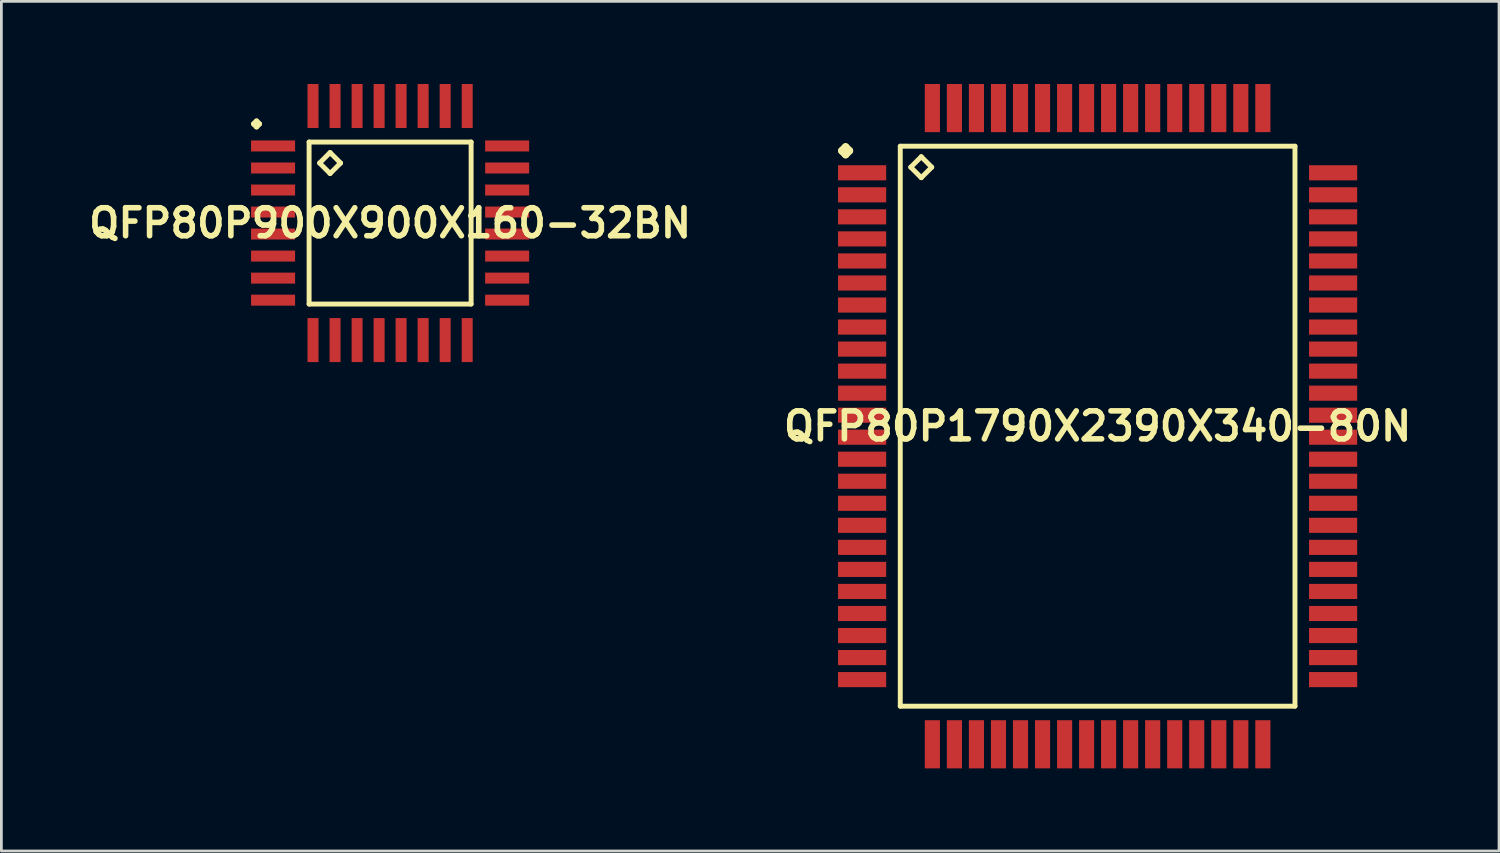
<source format=kicad_pcb>
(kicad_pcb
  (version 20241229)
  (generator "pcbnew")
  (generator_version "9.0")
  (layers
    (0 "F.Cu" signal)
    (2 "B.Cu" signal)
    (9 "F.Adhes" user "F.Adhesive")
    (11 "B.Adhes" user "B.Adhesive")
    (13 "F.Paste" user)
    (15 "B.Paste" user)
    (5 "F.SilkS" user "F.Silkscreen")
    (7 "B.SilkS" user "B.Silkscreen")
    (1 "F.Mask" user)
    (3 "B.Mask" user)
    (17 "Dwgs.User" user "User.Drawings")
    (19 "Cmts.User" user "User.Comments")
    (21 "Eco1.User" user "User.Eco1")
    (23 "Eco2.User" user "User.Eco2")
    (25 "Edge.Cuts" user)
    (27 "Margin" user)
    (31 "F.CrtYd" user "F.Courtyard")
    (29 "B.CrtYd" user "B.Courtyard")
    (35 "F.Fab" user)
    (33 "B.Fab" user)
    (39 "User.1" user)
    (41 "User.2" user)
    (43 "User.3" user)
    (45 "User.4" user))
  (footprint "QFP80P1790X2390X340-80N"
    (layer "F.Cu")
    (at 36.799 12.423)
    (property "Reference" "QFP80P1790X2390X340-80N" (at 0 0 0) (layer "F.SilkS") (effects (font (size 1.016 1.016) (thickness 0.203))))
    (attr smd)
    (fp_line (start -9.286 -10) (end -9.149 -10.137) (stroke (width 0.274) (type solid)) (layer "F.SilkS"))
    (fp_line (start -9.149 -10.137) (end -9.012 -10) (stroke (width 0.274) (type solid)) (layer "F.SilkS"))
    (fp_line (start -9.149 -9.86) (end -9.286 -10) (stroke (width 0.274) (type solid)) (layer "F.SilkS"))
    (fp_line (start -9.012 -10) (end -9.149 -9.86) (stroke (width 0.274) (type solid)) (layer "F.SilkS"))
    (fp_line (start -7.165 -10.165) (end -7.165 10.165) (stroke (width 0.178) (type solid)) (layer "F.SilkS"))
    (fp_line (start -7.165 10.165) (end 7.165 10.165) (stroke (width 0.178) (type solid)) (layer "F.SilkS"))
    (fp_line (start -6.784 -9.403) (end -6.403 -9.784) (stroke (width 0.178) (type solid)) (layer "F.SilkS"))
    (fp_line (start -6.403 -9.784) (end -6.022 -9.403) (stroke (width 0.178) (type solid)) (layer "F.SilkS"))
    (fp_line (start -6.403 -9.022) (end -6.784 -9.403) (stroke (width 0.178) (type solid)) (layer "F.SilkS"))
    (fp_line (start -6.022 -9.403) (end -6.403 -9.022) (stroke (width 0.178) (type solid)) (layer "F.SilkS"))
    (fp_line (start 7.165 -10.165) (end -7.165 -10.165) (stroke (width 0.178) (type solid)) (layer "F.SilkS"))
    (fp_line (start 7.165 10.165) (end 7.165 -10.165) (stroke (width 0.178) (type solid)) (layer "F.SilkS"))
    (pad "1" smd rect (at -8.55 -9.2) (size 1.748 0.549) (layers "F.Cu" "F.Mask" "F.Paste"))
    (pad "2" smd rect (at -8.55 -8.4) (size 1.748 0.549) (layers "F.Cu" "F.Mask" "F.Paste"))
    (pad "3" smd rect (at -8.55 -7.6) (size 1.748 0.549) (layers "F.Cu" "F.Mask" "F.Paste"))
    (pad "4" smd rect (at -8.55 -6.8) (size 1.748 0.549) (layers "F.Cu" "F.Mask" "F.Paste"))
    (pad "5" smd rect (at -8.55 -5.999) (size 1.748 0.549) (layers "F.Cu" "F.Mask" "F.Paste"))
    (pad "6" smd rect (at -8.55 -5.199) (size 1.748 0.549) (layers "F.Cu" "F.Mask" "F.Paste"))
    (pad "7" smd rect (at -8.55 -4.399) (size 1.748 0.549) (layers "F.Cu" "F.Mask" "F.Paste"))
    (pad "8" smd rect (at -8.55 -3.599) (size 1.748 0.549) (layers "F.Cu" "F.Mask" "F.Paste"))
    (pad "9" smd rect (at -8.55 -2.799) (size 1.748 0.549) (layers "F.Cu" "F.Mask" "F.Paste"))
    (pad "10" smd rect (at -8.55 -1.999) (size 1.748 0.549) (layers "F.Cu" "F.Mask" "F.Paste"))
    (pad "11" smd rect (at -8.55 -1.199) (size 1.748 0.549) (layers "F.Cu" "F.Mask" "F.Paste"))
    (pad "12" smd rect (at -8.55 -0.399) (size 1.748 0.549) (layers "F.Cu" "F.Mask" "F.Paste"))
    (pad "13" smd rect (at -8.55 0.399) (size 1.748 0.549) (layers "F.Cu" "F.Mask" "F.Paste"))
    (pad "14" smd rect (at -8.55 1.199) (size 1.748 0.549) (layers "F.Cu" "F.Mask" "F.Paste"))
    (pad "15" smd rect (at -8.55 1.999) (size 1.748 0.549) (layers "F.Cu" "F.Mask" "F.Paste"))
    (pad "16" smd rect (at -8.55 2.799) (size 1.748 0.549) (layers "F.Cu" "F.Mask" "F.Paste"))
    (pad "17" smd rect (at -8.55 3.599) (size 1.748 0.549) (layers "F.Cu" "F.Mask" "F.Paste"))
    (pad "18" smd rect (at -8.55 4.399) (size 1.748 0.549) (layers "F.Cu" "F.Mask" "F.Paste"))
    (pad "19" smd rect (at -8.55 5.199) (size 1.748 0.549) (layers "F.Cu" "F.Mask" "F.Paste"))
    (pad "20" smd rect (at -8.55 5.999) (size 1.748 0.549) (layers "F.Cu" "F.Mask" "F.Paste"))
    (pad "21" smd rect (at -8.55 6.8) (size 1.748 0.549) (layers "F.Cu" "F.Mask" "F.Paste"))
    (pad "22" smd rect (at -8.55 7.6) (size 1.748 0.549) (layers "F.Cu" "F.Mask" "F.Paste"))
    (pad "23" smd rect (at -8.55 8.4) (size 1.748 0.549) (layers "F.Cu" "F.Mask" "F.Paste"))
    (pad "24" smd rect (at -8.55 9.2) (size 1.748 0.549) (layers "F.Cu" "F.Mask" "F.Paste"))
    (pad "25" smd rect (at -5.999 11.549) (size 0.549 1.748) (layers "F.Cu" "F.Mask" "F.Paste"))
    (pad "26" smd rect (at -5.199 11.549) (size 0.549 1.748) (layers "F.Cu" "F.Mask" "F.Paste"))
    (pad "27" smd rect (at -4.399 11.549) (size 0.549 1.748) (layers "F.Cu" "F.Mask" "F.Paste"))
    (pad "28" smd rect (at -3.599 11.549) (size 0.549 1.748) (layers "F.Cu" "F.Mask" "F.Paste"))
    (pad "29" smd rect (at -2.799 11.549) (size 0.549 1.748) (layers "F.Cu" "F.Mask" "F.Paste"))
    (pad "30" smd rect (at -1.999 11.549) (size 0.549 1.748) (layers "F.Cu" "F.Mask" "F.Paste"))
    (pad "31" smd rect (at -1.199 11.549) (size 0.549 1.748) (layers "F.Cu" "F.Mask" "F.Paste"))
    (pad "32" smd rect (at -0.399 11.549) (size 0.549 1.748) (layers "F.Cu" "F.Mask" "F.Paste"))
    (pad "33" smd rect (at 0.399 11.549) (size 0.549 1.748) (layers "F.Cu" "F.Mask" "F.Paste"))
    (pad "34" smd rect (at 1.199 11.549) (size 0.549 1.748) (layers "F.Cu" "F.Mask" "F.Paste"))
    (pad "35" smd rect (at 1.999 11.549) (size 0.549 1.748) (layers "F.Cu" "F.Mask" "F.Paste"))
    (pad "36" smd rect (at 2.799 11.549) (size 0.549 1.748) (layers "F.Cu" "F.Mask" "F.Paste"))
    (pad "37" smd rect (at 3.599 11.549) (size 0.549 1.748) (layers "F.Cu" "F.Mask" "F.Paste"))
    (pad "38" smd rect (at 4.399 11.549) (size 0.549 1.748) (layers "F.Cu" "F.Mask" "F.Paste"))
    (pad "39" smd rect (at 5.199 11.549) (size 0.549 1.748) (layers "F.Cu" "F.Mask" "F.Paste"))
    (pad "40" smd rect (at 5.999 11.549) (size 0.549 1.748) (layers "F.Cu" "F.Mask" "F.Paste"))
    (pad "41" smd rect (at 8.55 9.2) (size 1.748 0.549) (layers "F.Cu" "F.Mask" "F.Paste"))
    (pad "42" smd rect (at 8.55 8.4) (size 1.748 0.549) (layers "F.Cu" "F.Mask" "F.Paste"))
    (pad "43" smd rect (at 8.55 7.6) (size 1.748 0.549) (layers "F.Cu" "F.Mask" "F.Paste"))
    (pad "44" smd rect (at 8.55 6.8) (size 1.748 0.549) (layers "F.Cu" "F.Mask" "F.Paste"))
    (pad "45" smd rect (at 8.55 5.999) (size 1.748 0.549) (layers "F.Cu" "F.Mask" "F.Paste"))
    (pad "46" smd rect (at 8.55 5.199) (size 1.748 0.549) (layers "F.Cu" "F.Mask" "F.Paste"))
    (pad "47" smd rect (at 8.55 4.399) (size 1.748 0.549) (layers "F.Cu" "F.Mask" "F.Paste"))
    (pad "48" smd rect (at 8.55 3.599) (size 1.748 0.549) (layers "F.Cu" "F.Mask" "F.Paste"))
    (pad "49" smd rect (at 8.55 2.799) (size 1.748 0.549) (layers "F.Cu" "F.Mask" "F.Paste"))
    (pad "50" smd rect (at 8.55 1.999) (size 1.748 0.549) (layers "F.Cu" "F.Mask" "F.Paste"))
    (pad "51" smd rect (at 8.55 1.199) (size 1.748 0.549) (layers "F.Cu" "F.Mask" "F.Paste"))
    (pad "52" smd rect (at 8.55 0.399) (size 1.748 0.549) (layers "F.Cu" "F.Mask" "F.Paste"))
    (pad "53" smd rect (at 8.55 -0.399) (size 1.748 0.549) (layers "F.Cu" "F.Mask" "F.Paste"))
    (pad "54" smd rect (at 8.55 -1.199) (size 1.748 0.549) (layers "F.Cu" "F.Mask" "F.Paste"))
    (pad "55" smd rect (at 8.55 -1.999) (size 1.748 0.549) (layers "F.Cu" "F.Mask" "F.Paste"))
    (pad "56" smd rect (at 8.55 -2.799) (size 1.748 0.549) (layers "F.Cu" "F.Mask" "F.Paste"))
    (pad "57" smd rect (at 8.55 -3.599) (size 1.748 0.549) (layers "F.Cu" "F.Mask" "F.Paste"))
    (pad "58" smd rect (at 8.55 -4.399) (size 1.748 0.549) (layers "F.Cu" "F.Mask" "F.Paste"))
    (pad "59" smd rect (at 8.55 -5.199) (size 1.748 0.549) (layers "F.Cu" "F.Mask" "F.Paste"))
    (pad "60" smd rect (at 8.55 -5.999) (size 1.748 0.549) (layers "F.Cu" "F.Mask" "F.Paste"))
    (pad "61" smd rect (at 8.55 -6.8) (size 1.748 0.549) (layers "F.Cu" "F.Mask" "F.Paste"))
    (pad "62" smd rect (at 8.55 -7.6) (size 1.748 0.549) (layers "F.Cu" "F.Mask" "F.Paste"))
    (pad "63" smd rect (at 8.55 -8.4) (size 1.748 0.549) (layers "F.Cu" "F.Mask" "F.Paste"))
    (pad "64" smd rect (at 8.55 -9.2) (size 1.748 0.549) (layers "F.Cu" "F.Mask" "F.Paste"))
    (pad "65" smd rect (at 5.999 -11.549) (size 0.549 1.748) (layers "F.Cu" "F.Mask" "F.Paste"))
    (pad "66" smd rect (at 5.199 -11.549) (size 0.549 1.748) (layers "F.Cu" "F.Mask" "F.Paste"))
    (pad "67" smd rect (at 4.399 -11.549) (size 0.549 1.748) (layers "F.Cu" "F.Mask" "F.Paste"))
    (pad "68" smd rect (at 3.599 -11.549) (size 0.549 1.748) (layers "F.Cu" "F.Mask" "F.Paste"))
    (pad "69" smd rect (at 2.799 -11.549) (size 0.549 1.748) (layers "F.Cu" "F.Mask" "F.Paste"))
    (pad "70" smd rect (at 1.999 -11.549) (size 0.549 1.748) (layers "F.Cu" "F.Mask" "F.Paste"))
    (pad "71" smd rect (at 1.199 -11.549) (size 0.549 1.748) (layers "F.Cu" "F.Mask" "F.Paste"))
    (pad "72" smd rect (at 0.399 -11.549) (size 0.549 1.748) (layers "F.Cu" "F.Mask" "F.Paste"))
    (pad "73" smd rect (at -0.399 -11.549) (size 0.549 1.748) (layers "F.Cu" "F.Mask" "F.Paste"))
    (pad "74" smd rect (at -1.199 -11.549) (size 0.549 1.748) (layers "F.Cu" "F.Mask" "F.Paste"))
    (pad "75" smd rect (at -1.999 -11.549) (size 0.549 1.748) (layers "F.Cu" "F.Mask" "F.Paste"))
    (pad "76" smd rect (at -2.799 -11.549) (size 0.549 1.748) (layers "F.Cu" "F.Mask" "F.Paste"))
    (pad "77" smd rect (at -3.599 -11.549) (size 0.549 1.748) (layers "F.Cu" "F.Mask" "F.Paste"))
    (pad "78" smd rect (at -4.399 -11.549) (size 0.549 1.748) (layers "F.Cu" "F.Mask" "F.Paste"))
    (pad "79" smd rect (at -5.199 -11.549) (size 0.549 1.748) (layers "F.Cu" "F.Mask" "F.Paste"))
    (pad "80" smd rect (at -5.999 -11.549) (size 0.549 1.748) (layers "F.Cu" "F.Mask" "F.Paste")))
  (footprint "QFP80P900X900X160-32BN"
    (layer "F.Cu")
    (at 11.113 5.048)
    (property "Reference" "QFP80P900X900X160-32BN" (at 0 0 0) (layer "F.SilkS") (effects (font (size 1.016 1.016) (thickness 0.203))))
    (attr smd)
    (fp_line (start -4.948 -3.599) (end -4.849 -3.698) (stroke (width 0.198) (type solid)) (layer "F.SilkS"))
    (fp_line (start -4.849 -3.698) (end -4.75 -3.599) (stroke (width 0.198) (type solid)) (layer "F.SilkS"))
    (fp_line (start -4.849 -3.498) (end -4.948 -3.599) (stroke (width 0.198) (type solid)) (layer "F.SilkS"))
    (fp_line (start -4.75 -3.599) (end -4.849 -3.498) (stroke (width 0.198) (type solid)) (layer "F.SilkS"))
    (fp_line (start -2.941 -2.941) (end -2.941 2.941) (stroke (width 0.178) (type solid)) (layer "F.SilkS"))
    (fp_line (start -2.941 2.941) (end 2.941 2.941) (stroke (width 0.178) (type solid)) (layer "F.SilkS"))
    (fp_line (start -2.56 -2.179) (end -2.179 -2.56) (stroke (width 0.178) (type solid)) (layer "F.SilkS"))
    (fp_line (start -2.179 -2.56) (end -1.798 -2.179) (stroke (width 0.178) (type solid)) (layer "F.SilkS"))
    (fp_line (start -2.179 -1.798) (end -2.56 -2.179) (stroke (width 0.178) (type solid)) (layer "F.SilkS"))
    (fp_line (start -1.798 -2.179) (end -2.179 -1.798) (stroke (width 0.178) (type solid)) (layer "F.SilkS"))
    (fp_line (start 2.941 -2.941) (end -2.941 -2.941) (stroke (width 0.178) (type solid)) (layer "F.SilkS"))
    (fp_line (start 2.941 2.941) (end 2.941 -2.941) (stroke (width 0.178) (type solid)) (layer "F.SilkS"))
    (pad "1" smd rect (at -4.249 -2.799) (size 1.598 0.399) (layers "F.Cu" "F.Mask" "F.Paste"))
    (pad "2" smd rect (at -4.249 -1.999) (size 1.598 0.399) (layers "F.Cu" "F.Mask" "F.Paste"))
    (pad "3" smd rect (at -4.249 -1.199) (size 1.598 0.399) (layers "F.Cu" "F.Mask" "F.Paste"))
    (pad "4" smd rect (at -4.249 -0.399) (size 1.598 0.399) (layers "F.Cu" "F.Mask" "F.Paste"))
    (pad "5" smd rect (at -4.249 0.399) (size 1.598 0.399) (layers "F.Cu" "F.Mask" "F.Paste"))
    (pad "6" smd rect (at -4.249 1.199) (size 1.598 0.399) (layers "F.Cu" "F.Mask" "F.Paste"))
    (pad "7" smd rect (at -4.249 1.999) (size 1.598 0.399) (layers "F.Cu" "F.Mask" "F.Paste"))
    (pad "8" smd rect (at -4.249 2.799) (size 1.598 0.399) (layers "F.Cu" "F.Mask" "F.Paste"))
    (pad "9" smd rect (at -2.799 4.249) (size 0.399 1.598) (layers "F.Cu" "F.Mask" "F.Paste"))
    (pad "10" smd rect (at -1.999 4.249) (size 0.399 1.598) (layers "F.Cu" "F.Mask" "F.Paste"))
    (pad "11" smd rect (at -1.199 4.249) (size 0.399 1.598) (layers "F.Cu" "F.Mask" "F.Paste"))
    (pad "12" smd rect (at -0.399 4.249) (size 0.399 1.598) (layers "F.Cu" "F.Mask" "F.Paste"))
    (pad "13" smd rect (at 0.399 4.249) (size 0.399 1.598) (layers "F.Cu" "F.Mask" "F.Paste"))
    (pad "14" smd rect (at 1.199 4.249) (size 0.399 1.598) (layers "F.Cu" "F.Mask" "F.Paste"))
    (pad "15" smd rect (at 1.999 4.249) (size 0.399 1.598) (layers "F.Cu" "F.Mask" "F.Paste"))
    (pad "16" smd rect (at 2.799 4.249) (size 0.399 1.598) (layers "F.Cu" "F.Mask" "F.Paste"))
    (pad "17" smd rect (at 4.249 2.799) (size 1.598 0.399) (layers "F.Cu" "F.Mask" "F.Paste"))
    (pad "18" smd rect (at 4.249 1.999) (size 1.598 0.399) (layers "F.Cu" "F.Mask" "F.Paste"))
    (pad "19" smd rect (at 4.249 1.199) (size 1.598 0.399) (layers "F.Cu" "F.Mask" "F.Paste"))
    (pad "20" smd rect (at 4.249 0.399) (size 1.598 0.399) (layers "F.Cu" "F.Mask" "F.Paste"))
    (pad "21" smd rect (at 4.249 -0.399) (size 1.598 0.399) (layers "F.Cu" "F.Mask" "F.Paste"))
    (pad "22" smd rect (at 4.249 -1.199) (size 1.598 0.399) (layers "F.Cu" "F.Mask" "F.Paste"))
    (pad "23" smd rect (at 4.249 -1.999) (size 1.598 0.399) (layers "F.Cu" "F.Mask" "F.Paste"))
    (pad "24" smd rect (at 4.249 -2.799) (size 1.598 0.399) (layers "F.Cu" "F.Mask" "F.Paste"))
    (pad "25" smd rect (at 2.799 -4.249) (size 0.399 1.598) (layers "F.Cu" "F.Mask" "F.Paste"))
    (pad "26" smd rect (at 1.999 -4.249) (size 0.399 1.598) (layers "F.Cu" "F.Mask" "F.Paste"))
    (pad "27" smd rect (at 1.199 -4.249) (size 0.399 1.598) (layers "F.Cu" "F.Mask" "F.Paste"))
    (pad "28" smd rect (at 0.399 -4.249) (size 0.399 1.598) (layers "F.Cu" "F.Mask" "F.Paste"))
    (pad "29" smd rect (at -0.399 -4.249) (size 0.399 1.598) (layers "F.Cu" "F.Mask" "F.Paste"))
    (pad "30" smd rect (at -1.199 -4.249) (size 0.399 1.598) (layers "F.Cu" "F.Mask" "F.Paste"))
    (pad "31" smd rect (at -1.999 -4.249) (size 0.399 1.598) (layers "F.Cu" "F.Mask" "F.Paste"))
    (pad "32" smd rect (at -2.799 -4.249) (size 0.399 1.598) (layers "F.Cu" "F.Mask" "F.Paste")))
  (gr_rect
    (start -3 -3)
    (end 51.372 27.846)
    (stroke (width 0.1) (type default))
    (fill no)
    (layer "Edge.Cuts")))
</source>
